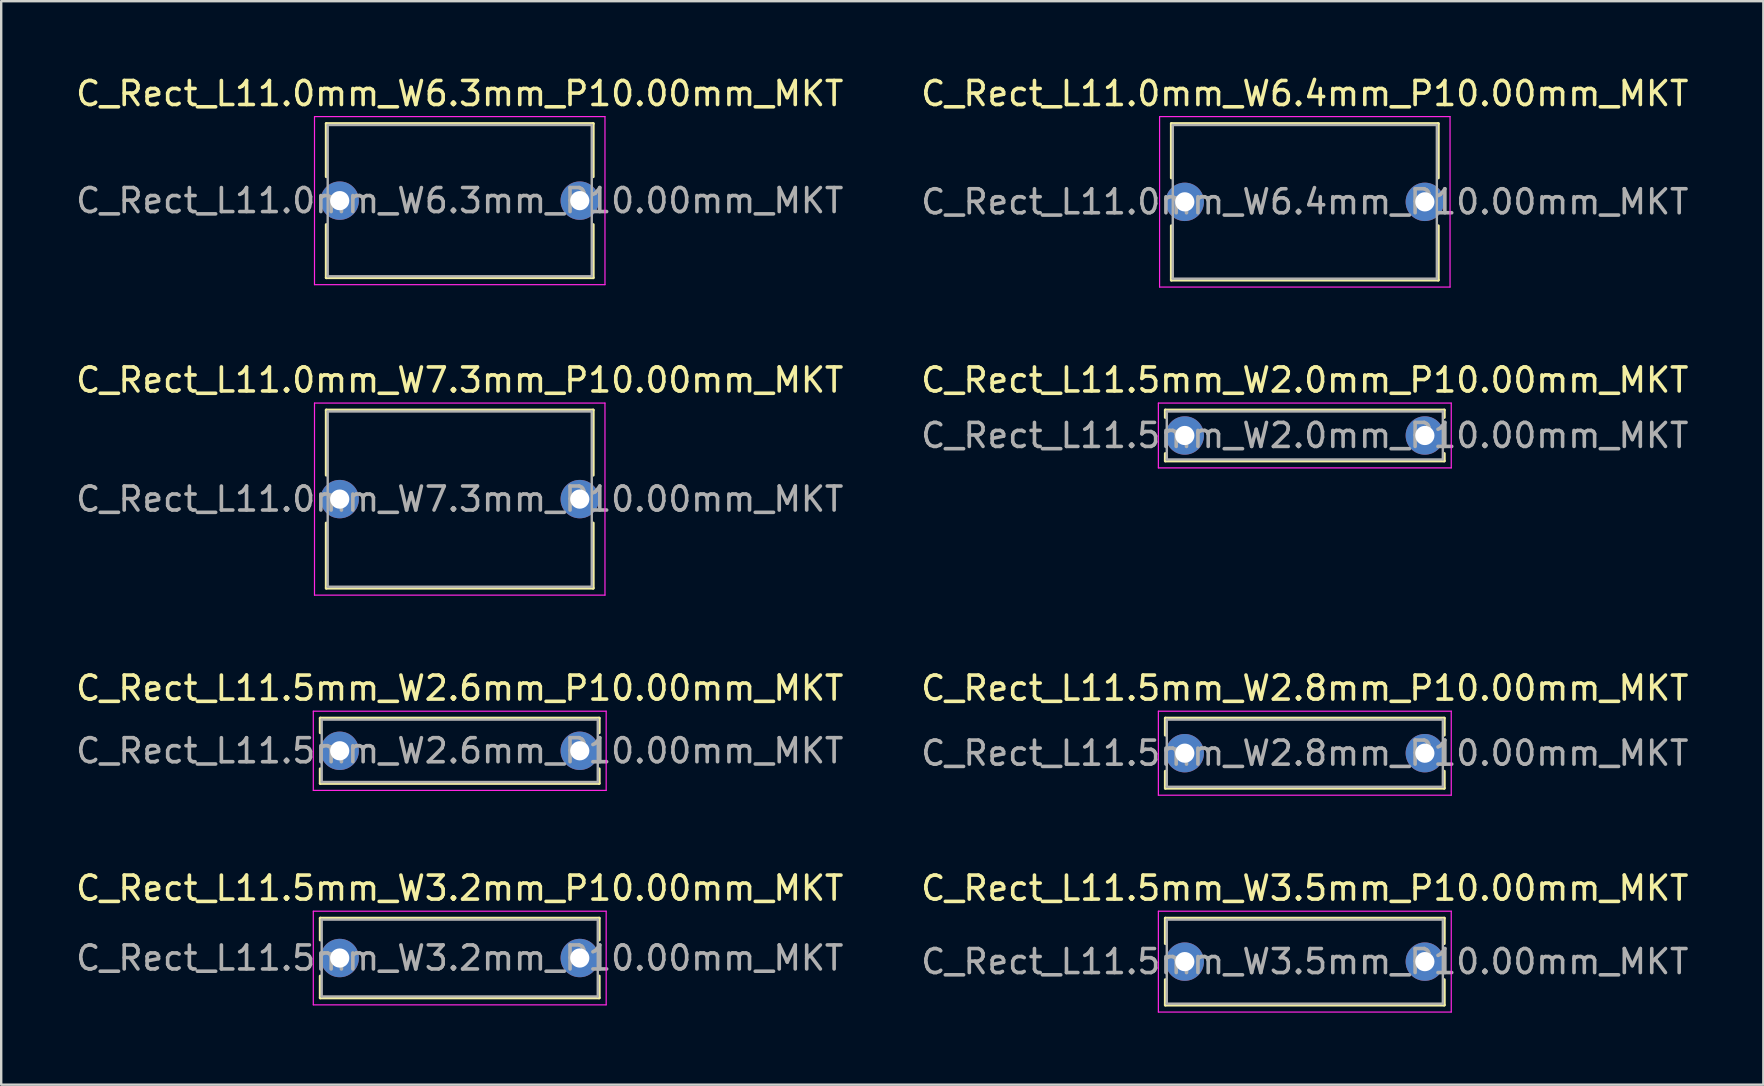
<source format=kicad_pcb>
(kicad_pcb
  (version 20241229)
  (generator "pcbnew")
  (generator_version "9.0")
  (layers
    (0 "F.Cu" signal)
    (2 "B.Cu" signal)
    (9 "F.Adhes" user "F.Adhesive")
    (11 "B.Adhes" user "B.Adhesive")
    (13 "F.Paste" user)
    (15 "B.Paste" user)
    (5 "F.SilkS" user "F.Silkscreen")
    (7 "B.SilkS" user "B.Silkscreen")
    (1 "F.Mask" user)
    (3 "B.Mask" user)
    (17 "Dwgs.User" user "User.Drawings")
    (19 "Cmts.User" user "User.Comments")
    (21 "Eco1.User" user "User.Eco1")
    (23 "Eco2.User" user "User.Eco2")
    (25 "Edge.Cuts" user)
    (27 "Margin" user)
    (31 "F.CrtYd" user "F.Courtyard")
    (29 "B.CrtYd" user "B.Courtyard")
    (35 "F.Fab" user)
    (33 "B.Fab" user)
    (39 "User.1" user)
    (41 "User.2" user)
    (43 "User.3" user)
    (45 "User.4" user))
  (footprint "C_Rect_L11.5mm_W2.8mm_P10.00mm_MKT"
    (layer "F.Cu")
    (at 46.304 28.325)
    (property "Reference" "C_Rect_L11.5mm_W2.8mm_P10.00mm_MKT" (at 5 -2.71 0) (layer "F.SilkS") (effects (font (size 1 1) (thickness 0.15))))
    (attr through_hole)
    (fp_line (start -0.81 -1.46) (end -0.81 -0.75) (stroke (width 0.12) (type solid)) (layer "F.SilkS"))
    (fp_line (start -0.81 -1.46) (end 10.81 -1.46) (stroke (width 0.12) (type solid)) (layer "F.SilkS"))
    (fp_line (start -0.81 0.75) (end -0.81 1.46) (stroke (width 0.12) (type solid)) (layer "F.SilkS"))
    (fp_line (start -0.81 1.46) (end 10.81 1.46) (stroke (width 0.12) (type solid)) (layer "F.SilkS"))
    (fp_line (start 10.81 -1.46) (end 10.81 -0.75) (stroke (width 0.12) (type solid)) (layer "F.SilkS"))
    (fp_line (start 10.81 0.75) (end 10.81 1.46) (stroke (width 0.12) (type solid)) (layer "F.SilkS"))
    (fp_line (start -1.1 -1.75) (end -1.1 1.75) (stroke (width 0.05) (type solid)) (layer "F.CrtYd"))
    (fp_line (start -1.1 1.75) (end 11.1 1.75) (stroke (width 0.05) (type solid)) (layer "F.CrtYd"))
    (fp_line (start 11.1 -1.75) (end -1.1 -1.75) (stroke (width 0.05) (type solid)) (layer "F.CrtYd"))
    (fp_line (start 11.1 1.75) (end 11.1 -1.75) (stroke (width 0.05) (type solid)) (layer "F.CrtYd"))
    (fp_line (start -0.75 -1.4) (end -0.75 1.4) (stroke (width 0.1) (type solid)) (layer "F.Fab"))
    (fp_line (start -0.75 1.4) (end 10.75 1.4) (stroke (width 0.1) (type solid)) (layer "F.Fab"))
    (fp_line (start 10.75 -1.4) (end -0.75 -1.4) (stroke (width 0.1) (type solid)) (layer "F.Fab"))
    (fp_line (start 10.75 1.4) (end 10.75 -1.4) (stroke (width 0.1) (type solid)) (layer "F.Fab"))
    (fp_text user "${REFERENCE}" (at 5 0 0) (layer "F.Fab") (effects (font (size 1 1) (thickness 0.15))))
    (pad "1" thru_hole circle (at 0 0) (size 1.6 1.6) (drill 0.8) (layers "*.Cu" "*.Mask"))
    (pad "2" thru_hole circle (at 10 0) (size 1.6 1.6) (drill 0.8) (layers "*.Cu" "*.Mask")))
  (footprint "C_Rect_L11.0mm_W6.3mm_P10.00mm_MKT"
    (layer "F.Cu")
    (at 11.101 5.308)
    (property "Reference" "C_Rect_L11.0mm_W6.3mm_P10.00mm_MKT" (at 5 -4.46 0) (layer "F.SilkS") (effects (font (size 1 1) (thickness 0.15))))
    (attr through_hole)
    (fp_line (start -0.56 -3.21) (end -0.56 -0.996) (stroke (width 0.12) (type solid)) (layer "F.SilkS"))
    (fp_line (start -0.56 -3.21) (end 10.56 -3.21) (stroke (width 0.12) (type solid)) (layer "F.SilkS"))
    (fp_line (start -0.56 0.996) (end -0.56 3.21) (stroke (width 0.12) (type solid)) (layer "F.SilkS"))
    (fp_line (start -0.56 3.21) (end 10.56 3.21) (stroke (width 0.12) (type solid)) (layer "F.SilkS"))
    (fp_line (start 10.56 -3.21) (end 10.56 -0.996) (stroke (width 0.12) (type solid)) (layer "F.SilkS"))
    (fp_line (start 10.56 0.996) (end 10.56 3.21) (stroke (width 0.12) (type solid)) (layer "F.SilkS"))
    (fp_line (start -1.05 -3.5) (end -1.05 3.5) (stroke (width 0.05) (type solid)) (layer "F.CrtYd"))
    (fp_line (start -1.05 3.5) (end 11.05 3.5) (stroke (width 0.05) (type solid)) (layer "F.CrtYd"))
    (fp_line (start 11.05 -3.5) (end -1.05 -3.5) (stroke (width 0.05) (type solid)) (layer "F.CrtYd"))
    (fp_line (start 11.05 3.5) (end 11.05 -3.5) (stroke (width 0.05) (type solid)) (layer "F.CrtYd"))
    (fp_line (start -0.5 -3.15) (end -0.5 3.15) (stroke (width 0.1) (type solid)) (layer "F.Fab"))
    (fp_line (start -0.5 3.15) (end 10.5 3.15) (stroke (width 0.1) (type solid)) (layer "F.Fab"))
    (fp_line (start 10.5 -3.15) (end -0.5 -3.15) (stroke (width 0.1) (type solid)) (layer "F.Fab"))
    (fp_line (start 10.5 3.15) (end 10.5 -3.15) (stroke (width 0.1) (type solid)) (layer "F.Fab"))
    (fp_text user "${REFERENCE}" (at 5 0 0) (layer "F.Fab") (effects (font (size 1 1) (thickness 0.15))))
    (pad "1" thru_hole circle (at 0 0) (size 1.6 1.6) (drill 0.8) (layers "*.Cu" "*.Mask"))
    (pad "2" thru_hole circle (at 10 0) (size 1.6 1.6) (drill 0.8) (layers "*.Cu" "*.Mask")))
  (footprint "C_Rect_L11.0mm_W6.4mm_P10.00mm_MKT"
    (layer "F.Cu")
    (at 46.304 5.358)
    (property "Reference" "C_Rect_L11.0mm_W6.4mm_P10.00mm_MKT" (at 5 -4.51 0) (layer "F.SilkS") (effects (font (size 1 1) (thickness 0.15))))
    (attr through_hole)
    (fp_line (start -0.56 -3.26) (end -0.56 -0.996) (stroke (width 0.12) (type solid)) (layer "F.SilkS"))
    (fp_line (start -0.56 -3.26) (end 10.56 -3.26) (stroke (width 0.12) (type solid)) (layer "F.SilkS"))
    (fp_line (start -0.56 0.996) (end -0.56 3.26) (stroke (width 0.12) (type solid)) (layer "F.SilkS"))
    (fp_line (start -0.56 3.26) (end 10.56 3.26) (stroke (width 0.12) (type solid)) (layer "F.SilkS"))
    (fp_line (start 10.56 -3.26) (end 10.56 -0.996) (stroke (width 0.12) (type solid)) (layer "F.SilkS"))
    (fp_line (start 10.56 0.996) (end 10.56 3.26) (stroke (width 0.12) (type solid)) (layer "F.SilkS"))
    (fp_line (start -1.05 -3.55) (end -1.05 3.55) (stroke (width 0.05) (type solid)) (layer "F.CrtYd"))
    (fp_line (start -1.05 3.55) (end 11.05 3.55) (stroke (width 0.05) (type solid)) (layer "F.CrtYd"))
    (fp_line (start 11.05 -3.55) (end -1.05 -3.55) (stroke (width 0.05) (type solid)) (layer "F.CrtYd"))
    (fp_line (start 11.05 3.55) (end 11.05 -3.55) (stroke (width 0.05) (type solid)) (layer "F.CrtYd"))
    (fp_line (start -0.5 -3.2) (end -0.5 3.2) (stroke (width 0.1) (type solid)) (layer "F.Fab"))
    (fp_line (start -0.5 3.2) (end 10.5 3.2) (stroke (width 0.1) (type solid)) (layer "F.Fab"))
    (fp_line (start 10.5 -3.2) (end -0.5 -3.2) (stroke (width 0.1) (type solid)) (layer "F.Fab"))
    (fp_line (start 10.5 3.2) (end 10.5 -3.2) (stroke (width 0.1) (type solid)) (layer "F.Fab"))
    (fp_text user "${REFERENCE}" (at 5 0 0) (layer "F.Fab") (effects (font (size 1 1) (thickness 0.15))))
    (pad "1" thru_hole circle (at 0 0) (size 1.6 1.6) (drill 0.8) (layers "*.Cu" "*.Mask"))
    (pad "2" thru_hole circle (at 10 0) (size 1.6 1.6) (drill 0.8) (layers "*.Cu" "*.Mask")))
  (footprint "C_Rect_L11.5mm_W2.0mm_P10.00mm_MKT"
    (layer "F.Cu")
    (at 46.304 15.091)
    (property "Reference" "C_Rect_L11.5mm_W2.0mm_P10.00mm_MKT" (at 5 -2.31 0) (layer "F.SilkS") (effects (font (size 1 1) (thickness 0.15))))
    (attr through_hole)
    (fp_line (start -0.81 -1.06) (end -0.81 -0.75) (stroke (width 0.12) (type solid)) (layer "F.SilkS"))
    (fp_line (start -0.81 -1.06) (end 10.81 -1.06) (stroke (width 0.12) (type solid)) (layer "F.SilkS"))
    (fp_line (start -0.81 0.75) (end -0.81 1.06) (stroke (width 0.12) (type solid)) (layer "F.SilkS"))
    (fp_line (start -0.81 1.06) (end 10.81 1.06) (stroke (width 0.12) (type solid)) (layer "F.SilkS"))
    (fp_line (start 10.81 -1.06) (end 10.81 -0.75) (stroke (width 0.12) (type solid)) (layer "F.SilkS"))
    (fp_line (start 10.81 0.75) (end 10.81 1.06) (stroke (width 0.12) (type solid)) (layer "F.SilkS"))
    (fp_line (start -1.1 -1.35) (end -1.1 1.35) (stroke (width 0.05) (type solid)) (layer "F.CrtYd"))
    (fp_line (start -1.1 1.35) (end 11.1 1.35) (stroke (width 0.05) (type solid)) (layer "F.CrtYd"))
    (fp_line (start 11.1 -1.35) (end -1.1 -1.35) (stroke (width 0.05) (type solid)) (layer "F.CrtYd"))
    (fp_line (start 11.1 1.35) (end 11.1 -1.35) (stroke (width 0.05) (type solid)) (layer "F.CrtYd"))
    (fp_line (start -0.75 -1) (end -0.75 1) (stroke (width 0.1) (type solid)) (layer "F.Fab"))
    (fp_line (start -0.75 1) (end 10.75 1) (stroke (width 0.1) (type solid)) (layer "F.Fab"))
    (fp_line (start 10.75 -1) (end -0.75 -1) (stroke (width 0.1) (type solid)) (layer "F.Fab"))
    (fp_line (start 10.75 1) (end 10.75 -1) (stroke (width 0.1) (type solid)) (layer "F.Fab"))
    (fp_text user "${REFERENCE}" (at 5 0 0) (layer "F.Fab") (effects (font (size 1 1) (thickness 0.15))))
    (pad "1" thru_hole circle (at 0 0) (size 1.6 1.6) (drill 0.8) (layers "*.Cu" "*.Mask"))
    (pad "2" thru_hole circle (at 10 0) (size 1.6 1.6) (drill 0.8) (layers "*.Cu" "*.Mask")))
  (footprint "C_Rect_L11.5mm_W3.2mm_P10.00mm_MKT"
    (layer "F.Cu")
    (at 11.101 36.858)
    (property "Reference" "C_Rect_L11.5mm_W3.2mm_P10.00mm_MKT" (at 5 -2.91 0) (layer "F.SilkS") (effects (font (size 1 1) (thickness 0.15))))
    (attr through_hole)
    (fp_line (start -0.81 -1.66) (end -0.81 -0.75) (stroke (width 0.12) (type solid)) (layer "F.SilkS"))
    (fp_line (start -0.81 -1.66) (end 10.81 -1.66) (stroke (width 0.12) (type solid)) (layer "F.SilkS"))
    (fp_line (start -0.81 0.75) (end -0.81 1.66) (stroke (width 0.12) (type solid)) (layer "F.SilkS"))
    (fp_line (start -0.81 1.66) (end 10.81 1.66) (stroke (width 0.12) (type solid)) (layer "F.SilkS"))
    (fp_line (start 10.81 -1.66) (end 10.81 -0.75) (stroke (width 0.12) (type solid)) (layer "F.SilkS"))
    (fp_line (start 10.81 0.75) (end 10.81 1.66) (stroke (width 0.12) (type solid)) (layer "F.SilkS"))
    (fp_line (start -1.1 -1.95) (end -1.1 1.95) (stroke (width 0.05) (type solid)) (layer "F.CrtYd"))
    (fp_line (start -1.1 1.95) (end 11.1 1.95) (stroke (width 0.05) (type solid)) (layer "F.CrtYd"))
    (fp_line (start 11.1 -1.95) (end -1.1 -1.95) (stroke (width 0.05) (type solid)) (layer "F.CrtYd"))
    (fp_line (start 11.1 1.95) (end 11.1 -1.95) (stroke (width 0.05) (type solid)) (layer "F.CrtYd"))
    (fp_line (start -0.75 -1.6) (end -0.75 1.6) (stroke (width 0.1) (type solid)) (layer "F.Fab"))
    (fp_line (start -0.75 1.6) (end 10.75 1.6) (stroke (width 0.1) (type solid)) (layer "F.Fab"))
    (fp_line (start 10.75 -1.6) (end -0.75 -1.6) (stroke (width 0.1) (type solid)) (layer "F.Fab"))
    (fp_line (start 10.75 1.6) (end 10.75 -1.6) (stroke (width 0.1) (type solid)) (layer "F.Fab"))
    (fp_text user "${REFERENCE}" (at 5 0 0) (layer "F.Fab") (effects (font (size 1 1) (thickness 0.15))))
    (pad "1" thru_hole circle (at 0 0) (size 1.6 1.6) (drill 0.8) (layers "*.Cu" "*.Mask"))
    (pad "2" thru_hole circle (at 10 0) (size 1.6 1.6) (drill 0.8) (layers "*.Cu" "*.Mask")))
  (footprint "C_Rect_L11.0mm_W7.3mm_P10.00mm_MKT"
    (layer "F.Cu")
    (at 11.101 17.741)
    (property "Reference" "C_Rect_L11.0mm_W7.3mm_P10.00mm_MKT" (at 5 -4.96 0) (layer "F.SilkS") (effects (font (size 1 1) (thickness 0.15))))
    (attr through_hole)
    (fp_line (start -0.56 -3.71) (end -0.56 -0.996) (stroke (width 0.12) (type solid)) (layer "F.SilkS"))
    (fp_line (start -0.56 -3.71) (end 10.56 -3.71) (stroke (width 0.12) (type solid)) (layer "F.SilkS"))
    (fp_line (start -0.56 0.996) (end -0.56 3.71) (stroke (width 0.12) (type solid)) (layer "F.SilkS"))
    (fp_line (start -0.56 3.71) (end 10.56 3.71) (stroke (width 0.12) (type solid)) (layer "F.SilkS"))
    (fp_line (start 10.56 -3.71) (end 10.56 -0.996) (stroke (width 0.12) (type solid)) (layer "F.SilkS"))
    (fp_line (start 10.56 0.996) (end 10.56 3.71) (stroke (width 0.12) (type solid)) (layer "F.SilkS"))
    (fp_line (start -1.05 -4) (end -1.05 4) (stroke (width 0.05) (type solid)) (layer "F.CrtYd"))
    (fp_line (start -1.05 4) (end 11.05 4) (stroke (width 0.05) (type solid)) (layer "F.CrtYd"))
    (fp_line (start 11.05 -4) (end -1.05 -4) (stroke (width 0.05) (type solid)) (layer "F.CrtYd"))
    (fp_line (start 11.05 4) (end 11.05 -4) (stroke (width 0.05) (type solid)) (layer "F.CrtYd"))
    (fp_line (start -0.5 -3.65) (end -0.5 3.65) (stroke (width 0.1) (type solid)) (layer "F.Fab"))
    (fp_line (start -0.5 3.65) (end 10.5 3.65) (stroke (width 0.1) (type solid)) (layer "F.Fab"))
    (fp_line (start 10.5 -3.65) (end -0.5 -3.65) (stroke (width 0.1) (type solid)) (layer "F.Fab"))
    (fp_line (start 10.5 3.65) (end 10.5 -3.65) (stroke (width 0.1) (type solid)) (layer "F.Fab"))
    (fp_text user "${REFERENCE}" (at 5 0 0) (layer "F.Fab") (effects (font (size 1 1) (thickness 0.15))))
    (pad "1" thru_hole circle (at 0 0) (size 1.6 1.6) (drill 0.8) (layers "*.Cu" "*.Mask"))
    (pad "2" thru_hole circle (at 10 0) (size 1.6 1.6) (drill 0.8) (layers "*.Cu" "*.Mask")))
  (footprint "C_Rect_L11.5mm_W2.6mm_P10.00mm_MKT"
    (layer "F.Cu")
    (at 11.101 28.225)
    (property "Reference" "C_Rect_L11.5mm_W2.6mm_P10.00mm_MKT" (at 5 -2.61 0) (layer "F.SilkS") (effects (font (size 1 1) (thickness 0.15))))
    (attr through_hole)
    (fp_line (start -0.81 -1.36) (end -0.81 -0.75) (stroke (width 0.12) (type solid)) (layer "F.SilkS"))
    (fp_line (start -0.81 -1.36) (end 10.81 -1.36) (stroke (width 0.12) (type solid)) (layer "F.SilkS"))
    (fp_line (start -0.81 0.75) (end -0.81 1.36) (stroke (width 0.12) (type solid)) (layer "F.SilkS"))
    (fp_line (start -0.81 1.36) (end 10.81 1.36) (stroke (width 0.12) (type solid)) (layer "F.SilkS"))
    (fp_line (start 10.81 -1.36) (end 10.81 -0.75) (stroke (width 0.12) (type solid)) (layer "F.SilkS"))
    (fp_line (start 10.81 0.75) (end 10.81 1.36) (stroke (width 0.12) (type solid)) (layer "F.SilkS"))
    (fp_line (start -1.1 -1.65) (end -1.1 1.65) (stroke (width 0.05) (type solid)) (layer "F.CrtYd"))
    (fp_line (start -1.1 1.65) (end 11.1 1.65) (stroke (width 0.05) (type solid)) (layer "F.CrtYd"))
    (fp_line (start 11.1 -1.65) (end -1.1 -1.65) (stroke (width 0.05) (type solid)) (layer "F.CrtYd"))
    (fp_line (start 11.1 1.65) (end 11.1 -1.65) (stroke (width 0.05) (type solid)) (layer "F.CrtYd"))
    (fp_line (start -0.75 -1.3) (end -0.75 1.3) (stroke (width 0.1) (type solid)) (layer "F.Fab"))
    (fp_line (start -0.75 1.3) (end 10.75 1.3) (stroke (width 0.1) (type solid)) (layer "F.Fab"))
    (fp_line (start 10.75 -1.3) (end -0.75 -1.3) (stroke (width 0.1) (type solid)) (layer "F.Fab"))
    (fp_line (start 10.75 1.3) (end 10.75 -1.3) (stroke (width 0.1) (type solid)) (layer "F.Fab"))
    (fp_text user "${REFERENCE}" (at 5 0 0) (layer "F.Fab") (effects (font (size 1 1) (thickness 0.15))))
    (pad "1" thru_hole circle (at 0 0) (size 1.6 1.6) (drill 0.8) (layers "*.Cu" "*.Mask"))
    (pad "2" thru_hole circle (at 10 0) (size 1.6 1.6) (drill 0.8) (layers "*.Cu" "*.Mask")))
  (footprint "C_Rect_L11.5mm_W3.5mm_P10.00mm_MKT"
    (layer "F.Cu")
    (at 46.304 37.008)
    (property "Reference" "C_Rect_L11.5mm_W3.5mm_P10.00mm_MKT" (at 5 -3.06 0) (layer "F.SilkS") (effects (font (size 1 1) (thickness 0.15))))
    (attr through_hole)
    (fp_line (start -0.81 -1.81) (end -0.81 -0.75) (stroke (width 0.12) (type solid)) (layer "F.SilkS"))
    (fp_line (start -0.81 -1.81) (end 10.81 -1.81) (stroke (width 0.12) (type solid)) (layer "F.SilkS"))
    (fp_line (start -0.81 0.75) (end -0.81 1.81) (stroke (width 0.12) (type solid)) (layer "F.SilkS"))
    (fp_line (start -0.81 1.81) (end 10.81 1.81) (stroke (width 0.12) (type solid)) (layer "F.SilkS"))
    (fp_line (start 10.81 -1.81) (end 10.81 -0.75) (stroke (width 0.12) (type solid)) (layer "F.SilkS"))
    (fp_line (start 10.81 0.75) (end 10.81 1.81) (stroke (width 0.12) (type solid)) (layer "F.SilkS"))
    (fp_line (start -1.1 -2.1) (end -1.1 2.1) (stroke (width 0.05) (type solid)) (layer "F.CrtYd"))
    (fp_line (start -1.1 2.1) (end 11.1 2.1) (stroke (width 0.05) (type solid)) (layer "F.CrtYd"))
    (fp_line (start 11.1 -2.1) (end -1.1 -2.1) (stroke (width 0.05) (type solid)) (layer "F.CrtYd"))
    (fp_line (start 11.1 2.1) (end 11.1 -2.1) (stroke (width 0.05) (type solid)) (layer "F.CrtYd"))
    (fp_line (start -0.75 -1.75) (end -0.75 1.75) (stroke (width 0.1) (type solid)) (layer "F.Fab"))
    (fp_line (start -0.75 1.75) (end 10.75 1.75) (stroke (width 0.1) (type solid)) (layer "F.Fab"))
    (fp_line (start 10.75 -1.75) (end -0.75 -1.75) (stroke (width 0.1) (type solid)) (layer "F.Fab"))
    (fp_line (start 10.75 1.75) (end 10.75 -1.75) (stroke (width 0.1) (type solid)) (layer "F.Fab"))
    (fp_text user "${REFERENCE}" (at 5 0 0) (layer "F.Fab") (effects (font (size 1 1) (thickness 0.15))))
    (pad "1" thru_hole circle (at 0 0) (size 1.6 1.6) (drill 0.8) (layers "*.Cu" "*.Mask"))
    (pad "2" thru_hole circle (at 10 0) (size 1.6 1.6) (drill 0.8) (layers "*.Cu" "*.Mask")))
  (gr_rect
    (start -3 -3)
    (end 70.405 42.133)
    (stroke (width 0.1) (type default))
    (fill no)
    (layer "Edge.Cuts")))
</source>
